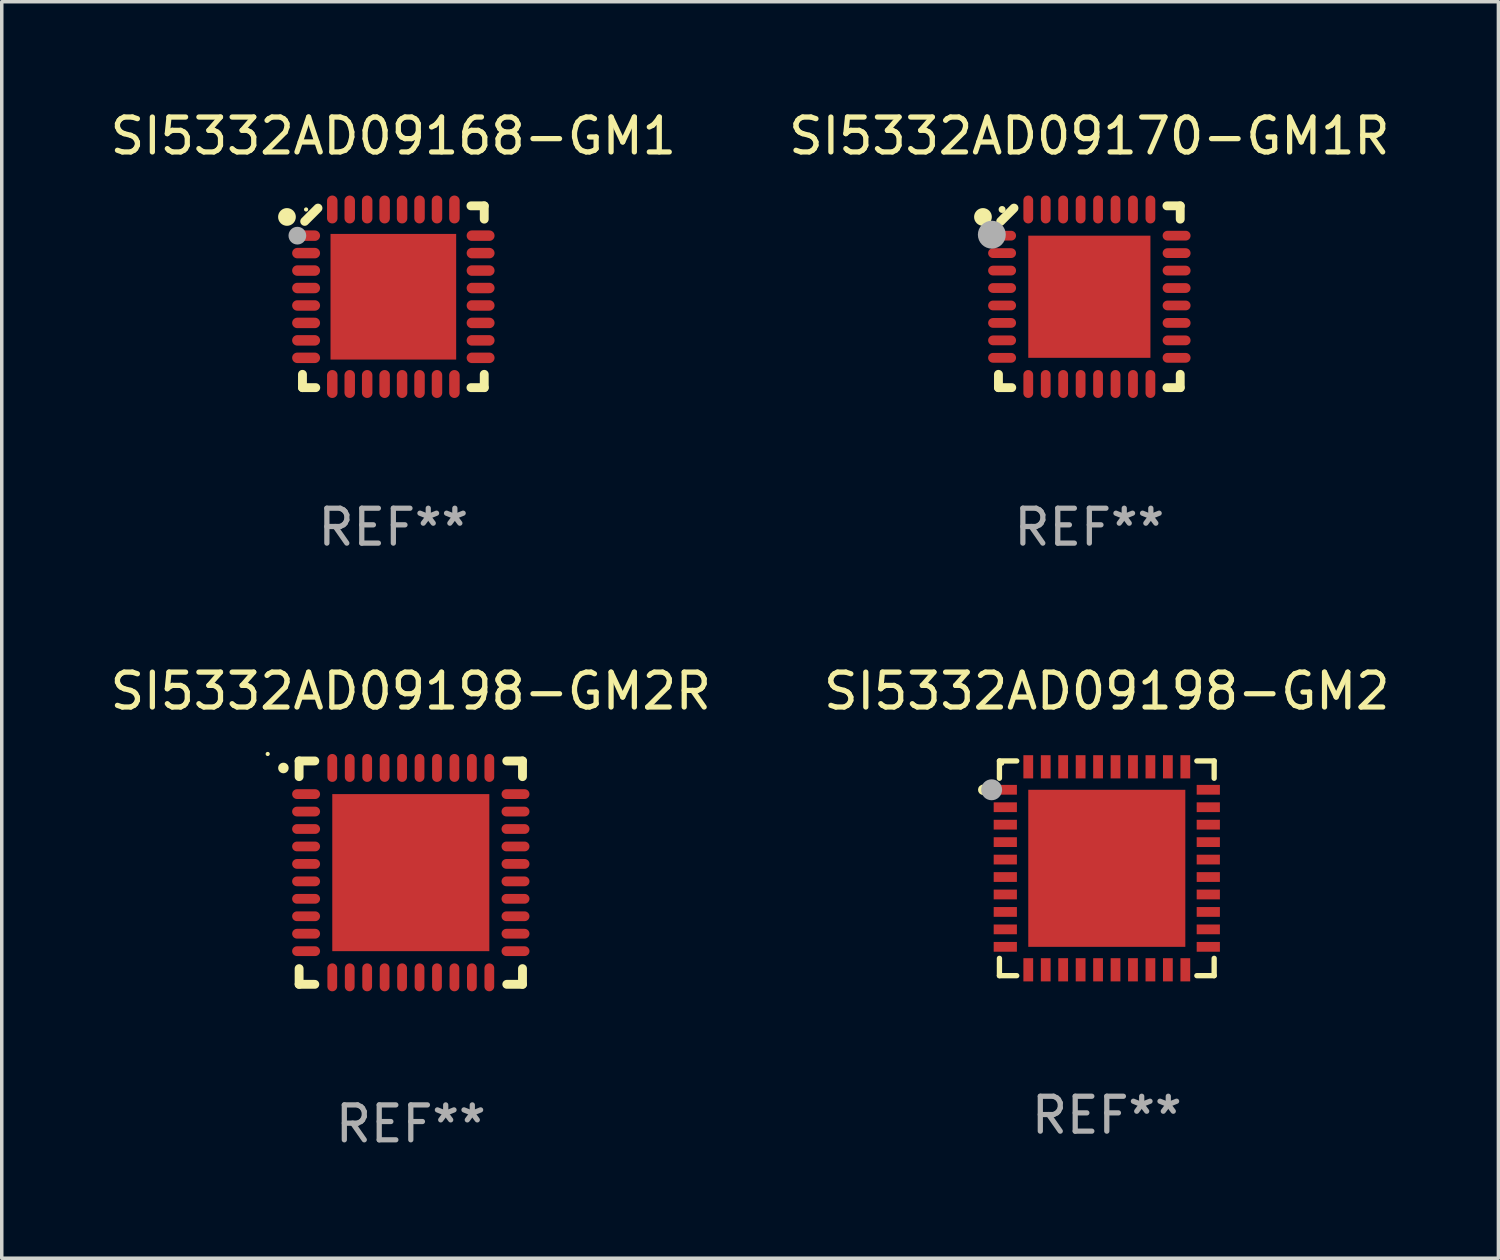
<source format=kicad_pcb>
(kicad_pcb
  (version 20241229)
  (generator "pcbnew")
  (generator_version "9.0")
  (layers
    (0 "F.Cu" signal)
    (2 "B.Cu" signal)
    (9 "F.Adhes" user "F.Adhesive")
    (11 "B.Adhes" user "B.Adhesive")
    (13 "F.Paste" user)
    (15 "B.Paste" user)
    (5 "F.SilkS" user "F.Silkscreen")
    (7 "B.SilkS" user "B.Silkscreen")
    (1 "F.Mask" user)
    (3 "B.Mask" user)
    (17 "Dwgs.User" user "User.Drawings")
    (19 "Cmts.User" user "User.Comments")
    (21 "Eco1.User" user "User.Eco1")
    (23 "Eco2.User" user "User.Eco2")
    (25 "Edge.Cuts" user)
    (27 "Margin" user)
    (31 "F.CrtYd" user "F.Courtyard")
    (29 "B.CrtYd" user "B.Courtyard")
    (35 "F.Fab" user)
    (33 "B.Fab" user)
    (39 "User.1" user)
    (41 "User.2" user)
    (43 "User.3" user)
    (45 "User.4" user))
  (footprint "SI5332AD09168-GM1"
    (layer "F.Cu")
    (at 8.22 5.452)
    (property "Reference" "SI5332AD09168-GM1" (at 0 -4.604 0) (layer "F.SilkS") (effects (font (size 1 1) (thickness 0.15))))
    (attr through_hole)
    (fp_line (start -2.604 2.223) (end -2.604 2.604) (stroke (width 0.254) (type solid)) (layer "F.SilkS"))
    (fp_line (start -2.604 2.604) (end -2.223 2.604) (stroke (width 0.254) (type solid)) (layer "F.SilkS"))
    (fp_line (start -2.159 -2.54) (end -2.54 -2.159) (stroke (width 0.254) (type solid)) (layer "F.SilkS"))
    (fp_line (start 2.223 2.604) (end 2.604 2.604) (stroke (width 0.254) (type solid)) (layer "F.SilkS"))
    (fp_line (start 2.604 -2.604) (end 2.223 -2.604) (stroke (width 0.254) (type solid)) (layer "F.SilkS"))
    (fp_line (start 2.604 -2.223) (end 2.604 -2.604) (stroke (width 0.254) (type solid)) (layer "F.SilkS"))
    (fp_line (start 2.604 2.604) (end 2.604 2.223) (stroke (width 0.254) (type solid)) (layer "F.SilkS"))
    (fp_circle (center -3.048 -2.286) (end -2.921 -2.286) (stroke (width 0.254) (type solid)) (fill no) (layer "F.SilkS"))
    (fp_circle (center -2.5 -2.5) (end -2.47 -2.5) (stroke (width 0.06) (type solid)) (fill no) (layer "F.SilkS"))
    (fp_circle (center -2.75 -1.75) (end -2.623 -1.75) (stroke (width 0.254) (type solid)) (fill no) (layer "F.Fab"))
    (fp_text user "REF**" (at 0 6.604 0) (layer "F.Fab") (effects (font (size 1 1) (thickness 0.15))))
    (pad "1" smd oval (at -2.5 -1.75) (size 0.8 0.3) (layers "F.Cu" "F.Mask" "F.Paste"))
    (pad "2" smd oval (at -2.5 -1.25) (size 0.8 0.3) (layers "F.Cu" "F.Mask" "F.Paste"))
    (pad "3" smd oval (at -2.5 -0.75) (size 0.8 0.3) (layers "F.Cu" "F.Mask" "F.Paste"))
    (pad "4" smd oval (at -2.5 -0.25) (size 0.8 0.3) (layers "F.Cu" "F.Mask" "F.Paste"))
    (pad "5" smd oval (at -2.5 0.25) (size 0.8 0.3) (layers "F.Cu" "F.Mask" "F.Paste"))
    (pad "6" smd oval (at -2.5 0.75) (size 0.8 0.3) (layers "F.Cu" "F.Mask" "F.Paste"))
    (pad "7" smd oval (at -2.5 1.25) (size 0.8 0.3) (layers "F.Cu" "F.Mask" "F.Paste"))
    (pad "8" smd oval (at -2.5 1.75) (size 0.8 0.3) (layers "F.Cu" "F.Mask" "F.Paste"))
    (pad "9" smd oval (at -1.75 2.5) (size 0.3 0.8) (layers "F.Cu" "F.Mask" "F.Paste"))
    (pad "10" smd oval (at -1.25 2.5) (size 0.3 0.8) (layers "F.Cu" "F.Mask" "F.Paste"))
    (pad "11" smd oval (at -0.75 2.5) (size 0.3 0.8) (layers "F.Cu" "F.Mask" "F.Paste"))
    (pad "12" smd oval (at -0.25 2.5) (size 0.3 0.8) (layers "F.Cu" "F.Mask" "F.Paste"))
    (pad "13" smd oval (at 0.25 2.5) (size 0.3 0.8) (layers "F.Cu" "F.Mask" "F.Paste"))
    (pad "14" smd oval (at 0.75 2.5) (size 0.3 0.8) (layers "F.Cu" "F.Mask" "F.Paste"))
    (pad "15" smd oval (at 1.25 2.5) (size 0.3 0.8) (layers "F.Cu" "F.Mask" "F.Paste"))
    (pad "16" smd oval (at 1.75 2.5) (size 0.3 0.8) (layers "F.Cu" "F.Mask" "F.Paste"))
    (pad "17" smd oval (at 2.5 1.75) (size 0.8 0.3) (layers "F.Cu" "F.Mask" "F.Paste"))
    (pad "18" smd oval (at 2.5 1.25) (size 0.8 0.3) (layers "F.Cu" "F.Mask" "F.Paste"))
    (pad "19" smd oval (at 2.5 0.75) (size 0.8 0.3) (layers "F.Cu" "F.Mask" "F.Paste"))
    (pad "20" smd oval (at 2.5 0.25) (size 0.8 0.3) (layers "F.Cu" "F.Mask" "F.Paste"))
    (pad "21" smd oval (at 2.5 -0.25) (size 0.8 0.3) (layers "F.Cu" "F.Mask" "F.Paste"))
    (pad "22" smd oval (at 2.5 -0.75) (size 0.8 0.3) (layers "F.Cu" "F.Mask" "F.Paste"))
    (pad "23" smd oval (at 2.5 -1.25) (size 0.8 0.3) (layers "F.Cu" "F.Mask" "F.Paste"))
    (pad "24" smd oval (at 2.5 -1.75) (size 0.8 0.3) (layers "F.Cu" "F.Mask" "F.Paste"))
    (pad "25" smd oval (at 1.75 -2.5) (size 0.3 0.8) (layers "F.Cu" "F.Mask" "F.Paste"))
    (pad "26" smd oval (at 1.25 -2.5) (size 0.3 0.8) (layers "F.Cu" "F.Mask" "F.Paste"))
    (pad "27" smd oval (at 0.75 -2.5) (size 0.3 0.8) (layers "F.Cu" "F.Mask" "F.Paste"))
    (pad "28" smd oval (at 0.25 -2.5) (size 0.3 0.8) (layers "F.Cu" "F.Mask" "F.Paste"))
    (pad "29" smd oval (at -0.25 -2.5) (size 0.3 0.8) (layers "F.Cu" "F.Mask" "F.Paste"))
    (pad "30" smd oval (at -0.75 -2.5) (size 0.3 0.8) (layers "F.Cu" "F.Mask" "F.Paste"))
    (pad "31" smd oval (at -1.25 -2.5) (size 0.3 0.8) (layers "F.Cu" "F.Mask" "F.Paste"))
    (pad "32" smd oval (at -1.75 -2.5) (size 0.3 0.8) (layers "F.Cu" "F.Mask" "F.Paste"))
    (pad "33" smd rect (at -0.000076 0) (size 3.6 3.6) (layers "F.Cu" "F.Mask" "F.Paste")))
  (footprint "SI5332AD09198-GM2R"
    (layer "F.Cu")
    (at 8.72 21.952)
    (property "Reference" "SI5332AD09198-GM2R" (at 0 -5.2 0) (layer "F.SilkS") (effects (font (size 1 1) (thickness 0.15))))
    (attr through_hole)
    (fp_line (start -3.2 -3.2) (end -2.75 -3.2) (stroke (width 0.254) (type solid)) (layer "F.SilkS"))
    (fp_line (start -3.2 -2.75) (end -3.2 -3.2) (stroke (width 0.254) (type solid)) (layer "F.SilkS"))
    (fp_line (start -3.2 3.2) (end -3.2 2.75) (stroke (width 0.254) (type solid)) (layer "F.SilkS"))
    (fp_line (start -2.75 3.2) (end -3.2 3.2) (stroke (width 0.254) (type solid)) (layer "F.SilkS"))
    (fp_line (start 2.75 3.2) (end 3.2 3.2) (stroke (width 0.254) (type solid)) (layer "F.SilkS"))
    (fp_line (start 3.2 -3.2) (end 2.75 -3.2) (stroke (width 0.254) (type solid)) (layer "F.SilkS"))
    (fp_line (start 3.2 -2.75) (end 3.2 -3.2) (stroke (width 0.254) (type solid)) (layer "F.SilkS"))
    (fp_line (start 3.2 3.2) (end 3.2 2.75) (stroke (width 0.254) (type solid)) (layer "F.SilkS"))
    (fp_arc (start -3.649987 -2.997206) (mid -3.649992 -2.998476) (end -3.649987 -2.999746) (stroke (width 0.3) (type solid)) (layer "F.SilkS"))
    (fp_circle (center -4.1 -3.4) (end -4.07 -3.4) (stroke (width 0.06) (type solid)) (fill no) (layer "F.SilkS"))
    (fp_text user "REF**" (at 0 7.2 0) (layer "F.Fab") (effects (font (size 1 1) (thickness 0.15))))
    (pad "1" smd oval (at -3 -2.25 90) (size 0.28 0.8) (layers "F.Cu" "F.Mask" "F.Paste"))
    (pad "2" smd oval (at -3 -1.75 90) (size 0.28 0.8) (layers "F.Cu" "F.Mask" "F.Paste"))
    (pad "3" smd oval (at -3 -1.25 90) (size 0.28 0.8) (layers "F.Cu" "F.Mask" "F.Paste"))
    (pad "4" smd oval (at -3 -0.75 90) (size 0.28 0.8) (layers "F.Cu" "F.Mask" "F.Paste"))
    (pad "5" smd oval (at -3 -0.25 90) (size 0.28 0.8) (layers "F.Cu" "F.Mask" "F.Paste"))
    (pad "6" smd oval (at -3 0.25 90) (size 0.28 0.8) (layers "F.Cu" "F.Mask" "F.Paste"))
    (pad "7" smd oval (at -3 0.75 90) (size 0.28 0.8) (layers "F.Cu" "F.Mask" "F.Paste"))
    (pad "8" smd oval (at -3 1.25 90) (size 0.28 0.8) (layers "F.Cu" "F.Mask" "F.Paste"))
    (pad "9" smd oval (at -3 1.75 90) (size 0.28 0.8) (layers "F.Cu" "F.Mask" "F.Paste"))
    (pad "10" smd oval (at -3 2.25 90) (size 0.28 0.8) (layers "F.Cu" "F.Mask" "F.Paste"))
    (pad "11" smd oval (at -2.25 3) (size 0.28 0.8) (layers "F.Cu" "F.Mask" "F.Paste"))
    (pad "12" smd oval (at -1.75 3) (size 0.28 0.8) (layers "F.Cu" "F.Mask" "F.Paste"))
    (pad "13" smd oval (at -1.25 3) (size 0.28 0.8) (layers "F.Cu" "F.Mask" "F.Paste"))
    (pad "14" smd oval (at -0.75 3) (size 0.28 0.8) (layers "F.Cu" "F.Mask" "F.Paste"))
    (pad "15" smd oval (at -0.25 3) (size 0.28 0.8) (layers "F.Cu" "F.Mask" "F.Paste"))
    (pad "16" smd oval (at 0.25 3) (size 0.28 0.8) (layers "F.Cu" "F.Mask" "F.Paste"))
    (pad "17" smd oval (at 0.75 3) (size 0.28 0.8) (layers "F.Cu" "F.Mask" "F.Paste"))
    (pad "18" smd oval (at 1.25 3) (size 0.28 0.8) (layers "F.Cu" "F.Mask" "F.Paste"))
    (pad "19" smd oval (at 1.75 3) (size 0.28 0.8) (layers "F.Cu" "F.Mask" "F.Paste"))
    (pad "20" smd oval (at 2.25 3) (size 0.28 0.8) (layers "F.Cu" "F.Mask" "F.Paste"))
    (pad "21" smd oval (at 3 2.25 90) (size 0.28 0.8) (layers "F.Cu" "F.Mask" "F.Paste"))
    (pad "22" smd oval (at 3 1.75 90) (size 0.28 0.8) (layers "F.Cu" "F.Mask" "F.Paste"))
    (pad "23" smd oval (at 3 1.25 90) (size 0.28 0.8) (layers "F.Cu" "F.Mask" "F.Paste"))
    (pad "24" smd oval (at 3 0.75 90) (size 0.28 0.8) (layers "F.Cu" "F.Mask" "F.Paste"))
    (pad "25" smd oval (at 3 0.25 90) (size 0.28 0.8) (layers "F.Cu" "F.Mask" "F.Paste"))
    (pad "26" smd oval (at 3 -0.25 90) (size 0.28 0.8) (layers "F.Cu" "F.Mask" "F.Paste"))
    (pad "27" smd oval (at 3 -0.75 90) (size 0.28 0.8) (layers "F.Cu" "F.Mask" "F.Paste"))
    (pad "28" smd oval (at 3 -1.25 90) (size 0.28 0.8) (layers "F.Cu" "F.Mask" "F.Paste"))
    (pad "29" smd oval (at 3 -1.75 90) (size 0.28 0.8) (layers "F.Cu" "F.Mask" "F.Paste"))
    (pad "30" smd oval (at 3 -2.25 90) (size 0.28 0.8) (layers "F.Cu" "F.Mask" "F.Paste"))
    (pad "31" smd oval (at 2.25 -3) (size 0.28 0.8) (layers "F.Cu" "F.Mask" "F.Paste"))
    (pad "32" smd oval (at 1.75 -3) (size 0.28 0.8) (layers "F.Cu" "F.Mask" "F.Paste"))
    (pad "33" smd oval (at 1.25 -3) (size 0.28 0.8) (layers "F.Cu" "F.Mask" "F.Paste"))
    (pad "34" smd oval (at 0.75 -3) (size 0.28 0.8) (layers "F.Cu" "F.Mask" "F.Paste"))
    (pad "35" smd oval (at 0.25 -3) (size 0.28 0.8) (layers "F.Cu" "F.Mask" "F.Paste"))
    (pad "36" smd oval (at -0.25 -3) (size 0.28 0.8) (layers "F.Cu" "F.Mask" "F.Paste"))
    (pad "37" smd oval (at -0.75 -3) (size 0.28 0.8) (layers "F.Cu" "F.Mask" "F.Paste"))
    (pad "38" smd oval (at -1.25 -3) (size 0.28 0.8) (layers "F.Cu" "F.Mask" "F.Paste"))
    (pad "39" smd oval (at -1.75 -3) (size 0.28 0.8) (layers "F.Cu" "F.Mask" "F.Paste"))
    (pad "40" smd oval (at -2.25 -3) (size 0.28 0.8) (layers "F.Cu" "F.Mask" "F.Paste"))
    (pad "41" smd rect (at 0 0) (size 4.5 4.5) (layers "F.Cu" "F.Mask" "F.Paste")))
  (footprint "SI5332AD09170-GM1R"
    (layer "F.Cu")
    (at 28.161 5.452)
    (property "Reference" "SI5332AD09170-GM1R" (at 0 -4.604 0) (layer "F.SilkS") (effects (font (size 1 1) (thickness 0.15))))
    (attr through_hole)
    (fp_line (start -2.604 2.223) (end -2.604 2.604) (stroke (width 0.254) (type solid)) (layer "F.SilkS"))
    (fp_line (start -2.604 2.604) (end -2.223 2.604) (stroke (width 0.254) (type solid)) (layer "F.SilkS"))
    (fp_line (start -2.159 -2.54) (end -2.54 -2.159) (stroke (width 0.254) (type solid)) (layer "F.SilkS"))
    (fp_line (start 2.223 2.604) (end 2.604 2.604) (stroke (width 0.254) (type solid)) (layer "F.SilkS"))
    (fp_line (start 2.604 -2.604) (end 2.223 -2.604) (stroke (width 0.254) (type solid)) (layer "F.SilkS"))
    (fp_line (start 2.604 -2.223) (end 2.604 -2.604) (stroke (width 0.254) (type solid)) (layer "F.SilkS"))
    (fp_line (start 2.604 2.604) (end 2.604 2.223) (stroke (width 0.254) (type solid)) (layer "F.SilkS"))
    (fp_circle (center -3.048 -2.286) (end -2.921 -2.286) (stroke (width 0.254) (type solid)) (fill no) (layer "F.SilkS"))
    (fp_circle (center -2.5 -2.5) (end -2.45 -2.5) (stroke (width 0.1) (type solid)) (fill no) (layer "F.SilkS"))
    (fp_circle (center -2.794 -1.778) (end -2.594 -1.778) (stroke (width 0.4) (type solid)) (fill no) (layer "F.Fab"))
    (fp_text user "REF**" (at 0 6.604 0) (layer "F.Fab") (effects (font (size 1 1) (thickness 0.15))))
    (pad "1" smd oval (at -2.5 -1.75) (size 0.8 0.28) (layers "F.Cu" "F.Mask" "F.Paste"))
    (pad "2" smd oval (at -2.5 -1.25) (size 0.8 0.28) (layers "F.Cu" "F.Mask" "F.Paste"))
    (pad "3" smd oval (at -2.5 -0.75) (size 0.8 0.28) (layers "F.Cu" "F.Mask" "F.Paste"))
    (pad "4" smd oval (at -2.5 -0.25) (size 0.8 0.28) (layers "F.Cu" "F.Mask" "F.Paste"))
    (pad "5" smd oval (at -2.5 0.25) (size 0.8 0.28) (layers "F.Cu" "F.Mask" "F.Paste"))
    (pad "6" smd oval (at -2.5 0.75) (size 0.8 0.28) (layers "F.Cu" "F.Mask" "F.Paste"))
    (pad "7" smd oval (at -2.5 1.25) (size 0.8 0.28) (layers "F.Cu" "F.Mask" "F.Paste"))
    (pad "8" smd oval (at -2.5 1.75) (size 0.8 0.28) (layers "F.Cu" "F.Mask" "F.Paste"))
    (pad "9" smd oval (at -1.75 2.5) (size 0.28 0.8) (layers "F.Cu" "F.Mask" "F.Paste"))
    (pad "10" smd oval (at -1.25 2.5) (size 0.28 0.8) (layers "F.Cu" "F.Mask" "F.Paste"))
    (pad "11" smd oval (at -0.75 2.5) (size 0.28 0.8) (layers "F.Cu" "F.Mask" "F.Paste"))
    (pad "12" smd oval (at -0.25 2.5) (size 0.28 0.8) (layers "F.Cu" "F.Mask" "F.Paste"))
    (pad "13" smd oval (at 0.25 2.5) (size 0.28 0.8) (layers "F.Cu" "F.Mask" "F.Paste"))
    (pad "14" smd oval (at 0.75 2.5) (size 0.28 0.8) (layers "F.Cu" "F.Mask" "F.Paste"))
    (pad "15" smd oval (at 1.25 2.5) (size 0.28 0.8) (layers "F.Cu" "F.Mask" "F.Paste"))
    (pad "16" smd oval (at 1.75 2.5) (size 0.28 0.8) (layers "F.Cu" "F.Mask" "F.Paste"))
    (pad "17" smd oval (at 2.5 1.75) (size 0.8 0.28) (layers "F.Cu" "F.Mask" "F.Paste"))
    (pad "18" smd oval (at 2.5 1.25) (size 0.8 0.28) (layers "F.Cu" "F.Mask" "F.Paste"))
    (pad "19" smd oval (at 2.5 0.75) (size 0.8 0.28) (layers "F.Cu" "F.Mask" "F.Paste"))
    (pad "20" smd oval (at 2.5 0.25) (size 0.8 0.28) (layers "F.Cu" "F.Mask" "F.Paste"))
    (pad "21" smd oval (at 2.5 -0.25) (size 0.8 0.28) (layers "F.Cu" "F.Mask" "F.Paste"))
    (pad "22" smd oval (at 2.5 -0.75) (size 0.8 0.28) (layers "F.Cu" "F.Mask" "F.Paste"))
    (pad "23" smd oval (at 2.5 -1.25) (size 0.8 0.28) (layers "F.Cu" "F.Mask" "F.Paste"))
    (pad "24" smd oval (at 2.5 -1.75) (size 0.8 0.28) (layers "F.Cu" "F.Mask" "F.Paste"))
    (pad "25" smd oval (at 1.75 -2.5) (size 0.28 0.8) (layers "F.Cu" "F.Mask" "F.Paste"))
    (pad "26" smd oval (at 1.25 -2.5) (size 0.28 0.8) (layers "F.Cu" "F.Mask" "F.Paste"))
    (pad "27" smd oval (at 0.75 -2.5) (size 0.28 0.8) (layers "F.Cu" "F.Mask" "F.Paste"))
    (pad "28" smd oval (at 0.25 -2.5) (size 0.28 0.8) (layers "F.Cu" "F.Mask" "F.Paste"))
    (pad "29" smd oval (at -0.25 -2.5) (size 0.28 0.8) (layers "F.Cu" "F.Mask" "F.Paste"))
    (pad "30" smd oval (at -0.75 -2.5) (size 0.28 0.8) (layers "F.Cu" "F.Mask" "F.Paste"))
    (pad "31" smd oval (at -1.25 -2.5) (size 0.28 0.8) (layers "F.Cu" "F.Mask" "F.Paste"))
    (pad "32" smd oval (at -1.75 -2.5) (size 0.28 0.8) (layers "F.Cu" "F.Mask" "F.Paste"))
    (pad "33" smd rect (at 0.000076 0.000076) (size 3.5 3.5) (layers "F.Cu" "F.Mask" "F.Paste")))
  (footprint "SI5332AD09198-GM2"
    (layer "F.Cu")
    (at 28.661 21.828)
    (property "Reference" "SI5332AD09198-GM2" (at 0 -5.076 0) (layer "F.SilkS") (effects (font (size 1 1) (thickness 0.15))))
    (attr through_hole)
    (fp_line (start -3.076 -3.076) (end -3.076 -2.58) (stroke (width 0.152) (type solid)) (layer "F.SilkS"))
    (fp_line (start -3.076 3.076) (end -3.076 2.58) (stroke (width 0.152) (type solid)) (layer "F.SilkS"))
    (fp_line (start -2.58 -3.076) (end -3.076 -3.076) (stroke (width 0.152) (type solid)) (layer "F.SilkS"))
    (fp_line (start -2.58 3.076) (end -3.076 3.076) (stroke (width 0.152) (type solid)) (layer "F.SilkS"))
    (fp_line (start 2.58 -3.076) (end 3.076 -3.076) (stroke (width 0.152) (type solid)) (layer "F.SilkS"))
    (fp_line (start 2.58 3.076) (end 3.076 3.076) (stroke (width 0.152) (type solid)) (layer "F.SilkS"))
    (fp_line (start 3.076 -3.076) (end 3.076 -2.58) (stroke (width 0.152) (type solid)) (layer "F.SilkS"))
    (fp_line (start 3.076 3.076) (end 3.076 2.58) (stroke (width 0.152) (type solid)) (layer "F.SilkS"))
    (fp_circle (center -3.54 -2.25) (end -3.465 -2.25) (stroke (width 0.15) (type solid)) (fill no) (layer "F.SilkS"))
    (fp_circle (center -3 -3) (end -2.97 -3) (stroke (width 0.06) (type solid)) (fill no) (layer "F.SilkS"))
    (fp_circle (center -3.3 -2.25) (end -3.15 -2.25) (stroke (width 0.3) (type solid)) (fill no) (layer "F.Fab"))
    (fp_text user "REF**" (at 0 7.076 0) (layer "F.Fab") (effects (font (size 1 1) (thickness 0.15))))
    (pad "1" smd rect (at -2.908 -2.25) (size 0.665 0.28) (layers "F.Cu" "F.Mask" "F.Paste"))
    (pad "2" smd rect (at -2.908 -1.75) (size 0.665 0.28) (layers "F.Cu" "F.Mask" "F.Paste"))
    (pad "3" smd rect (at -2.908 -1.25) (size 0.665 0.28) (layers "F.Cu" "F.Mask" "F.Paste"))
    (pad "4" smd rect (at -2.908 -0.75) (size 0.665 0.28) (layers "F.Cu" "F.Mask" "F.Paste"))
    (pad "5" smd rect (at -2.908 -0.25) (size 0.665 0.28) (layers "F.Cu" "F.Mask" "F.Paste"))
    (pad "6" smd rect (at -2.908 0.25) (size 0.665 0.28) (layers "F.Cu" "F.Mask" "F.Paste"))
    (pad "7" smd rect (at -2.908 0.75) (size 0.665 0.28) (layers "F.Cu" "F.Mask" "F.Paste"))
    (pad "8" smd rect (at -2.908 1.25) (size 0.665 0.28) (layers "F.Cu" "F.Mask" "F.Paste"))
    (pad "9" smd rect (at -2.908 1.75) (size 0.665 0.28) (layers "F.Cu" "F.Mask" "F.Paste"))
    (pad "10" smd rect (at -2.908 2.25) (size 0.665 0.28) (layers "F.Cu" "F.Mask" "F.Paste"))
    (pad "11" smd rect (at -2.25 2.908) (size 0.28 0.665) (layers "F.Cu" "F.Mask" "F.Paste"))
    (pad "12" smd rect (at -1.75 2.908) (size 0.28 0.665) (layers "F.Cu" "F.Mask" "F.Paste"))
    (pad "13" smd rect (at -1.25 2.908) (size 0.28 0.665) (layers "F.Cu" "F.Mask" "F.Paste"))
    (pad "14" smd rect (at -0.75 2.908) (size 0.28 0.665) (layers "F.Cu" "F.Mask" "F.Paste"))
    (pad "15" smd rect (at -0.25 2.908) (size 0.28 0.665) (layers "F.Cu" "F.Mask" "F.Paste"))
    (pad "16" smd rect (at 0.25 2.908) (size 0.28 0.665) (layers "F.Cu" "F.Mask" "F.Paste"))
    (pad "17" smd rect (at 0.75 2.908) (size 0.28 0.665) (layers "F.Cu" "F.Mask" "F.Paste"))
    (pad "18" smd rect (at 1.25 2.908) (size 0.28 0.665) (layers "F.Cu" "F.Mask" "F.Paste"))
    (pad "19" smd rect (at 1.75 2.908) (size 0.28 0.665) (layers "F.Cu" "F.Mask" "F.Paste"))
    (pad "20" smd rect (at 2.25 2.908) (size 0.28 0.665) (layers "F.Cu" "F.Mask" "F.Paste"))
    (pad "21" smd rect (at 2.908 2.25) (size 0.665 0.28) (layers "F.Cu" "F.Mask" "F.Paste"))
    (pad "22" smd rect (at 2.908 1.75) (size 0.665 0.28) (layers "F.Cu" "F.Mask" "F.Paste"))
    (pad "23" smd rect (at 2.908 1.25) (size 0.665 0.28) (layers "F.Cu" "F.Mask" "F.Paste"))
    (pad "24" smd rect (at 2.908 0.75) (size 0.665 0.28) (layers "F.Cu" "F.Mask" "F.Paste"))
    (pad "25" smd rect (at 2.908 0.25) (size 0.665 0.28) (layers "F.Cu" "F.Mask" "F.Paste"))
    (pad "26" smd rect (at 2.908 -0.25) (size 0.665 0.28) (layers "F.Cu" "F.Mask" "F.Paste"))
    (pad "27" smd rect (at 2.908 -0.75) (size 0.665 0.28) (layers "F.Cu" "F.Mask" "F.Paste"))
    (pad "28" smd rect (at 2.908 -1.25) (size 0.665 0.28) (layers "F.Cu" "F.Mask" "F.Paste"))
    (pad "29" smd rect (at 2.908 -1.75) (size 0.665 0.28) (layers "F.Cu" "F.Mask" "F.Paste"))
    (pad "30" smd rect (at 2.908 -2.25) (size 0.665 0.28) (layers "F.Cu" "F.Mask" "F.Paste"))
    (pad "31" smd rect (at 2.25 -2.908) (size 0.28 0.665) (layers "F.Cu" "F.Mask" "F.Paste"))
    (pad "32" smd rect (at 1.75 -2.908) (size 0.28 0.665) (layers "F.Cu" "F.Mask" "F.Paste"))
    (pad "33" smd rect (at 1.25 -2.908) (size 0.28 0.665) (layers "F.Cu" "F.Mask" "F.Paste"))
    (pad "34" smd rect (at 0.75 -2.908) (size 0.28 0.665) (layers "F.Cu" "F.Mask" "F.Paste"))
    (pad "35" smd rect (at 0.25 -2.908) (size 0.28 0.665) (layers "F.Cu" "F.Mask" "F.Paste"))
    (pad "36" smd rect (at -0.25 -2.908) (size 0.28 0.665) (layers "F.Cu" "F.Mask" "F.Paste"))
    (pad "37" smd rect (at -0.75 -2.908) (size 0.28 0.665) (layers "F.Cu" "F.Mask" "F.Paste"))
    (pad "38" smd rect (at -1.25 -2.908) (size 0.28 0.665) (layers "F.Cu" "F.Mask" "F.Paste"))
    (pad "39" smd rect (at -1.75 -2.908) (size 0.28 0.665) (layers "F.Cu" "F.Mask" "F.Paste"))
    (pad "40" smd rect (at -2.25 -2.908) (size 0.28 0.665) (layers "F.Cu" "F.Mask" "F.Paste"))
    (pad "41" smd rect (at 0 0) (size 4.5 4.5) (layers "F.Cu" "F.Mask" "F.Paste")))
  (gr_rect
    (start -3 -3)
    (end 39.881 33)
    (stroke (width 0.1) (type default))
    (fill no)
    (layer "Edge.Cuts")))
</source>
